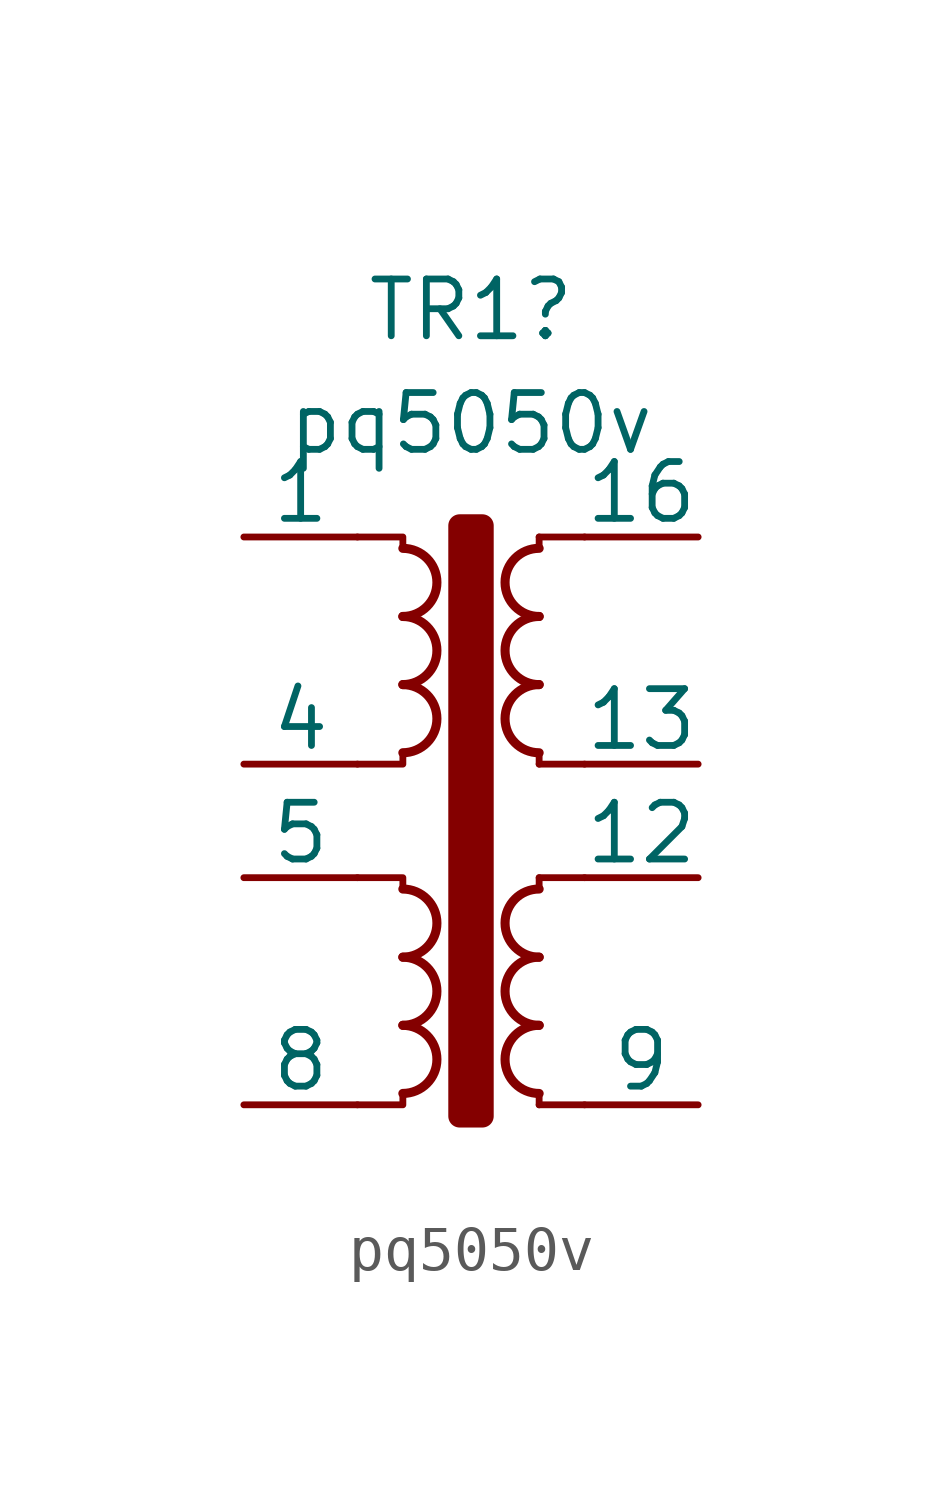
<source format=kicad_sym>
(kicad_symbol_lib
  (version 20231120)
  (generator "kicad_symbol_editor")
  (generator_version "8.0")
  (symbol "pq5050v"
    (pin_numbers hide)
    (pin_names
      (offset 0))
    (property "Reference" "TR1"
      (at 0 12.7 0)
      (effects (font (size 1.27 1.27))))
    (property "Value" "pq5050v"
      (at 0 10.16 0)
      (effects (font (size 1.27 1.27))))
    (symbol "pq5050v_0_1"
      (arc (start -1.524 -4.826) (mid -0.7653 -4.064) (end -1.524 -3.302) (stroke (width 0.2032) (type default)) (fill (type none)))
      (arc (start -1.524 -3.302) (mid -0.7653 -2.54) (end -1.524 -1.778) (stroke (width 0.2032) (type default)) (fill (type none)))
      (arc (start -1.524 -1.778) (mid -0.7653 -1.016) (end -1.524 -0.254) (stroke (width 0.2032) (type default)) (fill (type none)))
      (arc (start -1.524 2.794) (mid -0.7653 3.556) (end -1.524 4.318) (stroke (width 0.2032) (type default)) (fill (type none)))
      (arc (start -1.524 4.318) (mid -0.7653 5.08) (end -1.524 5.842) (stroke (width 0.2032) (type default)) (fill (type none)))
      (arc (start -1.524 5.842) (mid -0.7653 6.604) (end -1.524 7.366) (stroke (width 0.2032) (type default)) (fill (type none)))
      (rectangle (start -0.254 7.874) (end 0.254 -5.334) (stroke (width 0.508) (type default)) (fill (type outline)))
      (polyline (pts (xy 1.524 -4.826) (xy 1.524 -5.08) (xy 1.524 -5.08)) (stroke (width 0) (type default)) (fill (type outline)))
      (polyline (pts (xy 1.524 0) (xy 1.524 -0.254) (xy 1.524 -0.254)) (stroke (width 0) (type default)) (fill (type outline)))
      (polyline (pts (xy 1.524 0) (xy 2.54 0) (xy 2.54 0)) (stroke (width 0) (type default)) (fill (type none)))
      (polyline (pts (xy 1.524 2.54) (xy 1.524 2.794) (xy 1.524 2.794)) (stroke (width 0) (type default)) (fill (type outline)))
      (polyline (pts (xy 1.524 2.54) (xy 2.54 2.54) (xy 2.54 2.54)) (stroke (width 0) (type default)) (fill (type none)))
      (polyline (pts (xy 1.524 7.62) (xy 1.524 7.366) (xy 1.524 7.366)) (stroke (width 0) (type default)) (fill (type outline)))
      (polyline (pts (xy 1.524 7.62) (xy 2.54 7.62) (xy 2.54 7.62)) (stroke (width 0) (type default)) (fill (type none)))
      (polyline (pts (xy 2.54 -5.08) (xy 1.524 -5.08) (xy 1.524 -5.08)) (stroke (width 0) (type default)) (fill (type none)))
      (polyline (pts (xy -1.524 -4.826) (xy -1.524 -5.08) (xy -2.54 -5.08) (xy -2.54 -5.08)) (stroke (width 0) (type default)) (fill (type none)))
      (polyline (pts (xy -1.524 -0.254) (xy -1.524 0) (xy -2.54 0) (xy -2.54 0)) (stroke (width 0) (type default)) (fill (type none)))
      (polyline (pts (xy -1.524 2.794) (xy -1.524 2.54) (xy -2.54 2.54) (xy -2.54 2.54)) (stroke (width 0) (type default)) (fill (type none)))
      (polyline (pts (xy -1.524 7.366) (xy -1.524 7.62) (xy -2.54 7.62) (xy -2.54 7.62)) (stroke (width 0) (type default)) (fill (type none)))
      (arc (start 1.524 -3.302) (mid 0.7653 -4.064) (end 1.524 -4.826) (stroke (width 0.2032) (type default)) (fill (type none)))
      (arc (start 1.524 -1.778) (mid 0.7653 -2.54) (end 1.524 -3.302) (stroke (width 0.2032) (type default)) (fill (type none)))
      (arc (start 1.524 -0.254) (mid 0.7653 -1.016) (end 1.524 -1.778) (stroke (width 0.2032) (type default)) (fill (type none)))
      (arc (start 1.524 4.318) (mid 0.7653 3.556) (end 1.524 2.794) (stroke (width 0.2032) (type default)) (fill (type none)))
      (arc (start 1.524 5.842) (mid 0.7653 5.08) (end 1.524 4.318) (stroke (width 0.2032) (type default)) (fill (type none)))
      (arc (start 1.524 7.366) (mid 0.7653 6.604) (end 1.524 5.842) (stroke (width 0.2032) (type default)) (fill (type none))))
    (symbol "pq5050v_1_1"
      (pin passive line (at -5.08 7.62 0) (length 2.54) (name "1" (effects (font (size 1.27 1.27)))) (number "1" (effects (font (size 1.27 1.27)))))
      (pin passive line (at 5.08 0 180) (length 2.54) (name "12" (effects (font (size 1.27 1.27)))) (number "12" (effects (font (size 1.27 1.27)))))
      (pin passive line (at 5.08 2.54 180) (length 2.54) (name "13" (effects (font (size 1.27 1.27)))) (number "13" (effects (font (size 1.27 1.27)))))
      (pin passive line (at 5.08 7.62 180) (length 2.54) (name "16" (effects (font (size 1.27 1.27)))) (number "16" (effects (font (size 1.27 1.27)))))
      (pin passive line (at -5.08 2.54 0) (length 2.54) (name "4" (effects (font (size 1.27 1.27)))) (number "4" (effects (font (size 1.27 1.27)))))
      (pin passive line (at -5.08 0 0) (length 2.54) (name "5" (effects (font (size 1.27 1.27)))) (number "5" (effects (font (size 1.27 1.27)))))
      (pin passive line (at -5.08 -5.08 0) (length 2.54) (name "8" (effects (font (size 1.27 1.27)))) (number "8" (effects (font (size 1.27 1.27)))))
      (pin passive line (at 5.08 -5.08 180) (length 2.54) (name "9" (effects (font (size 1.27 1.27)))) (number "9" (effects (font (size 1.27 1.27))))))))
</source>
